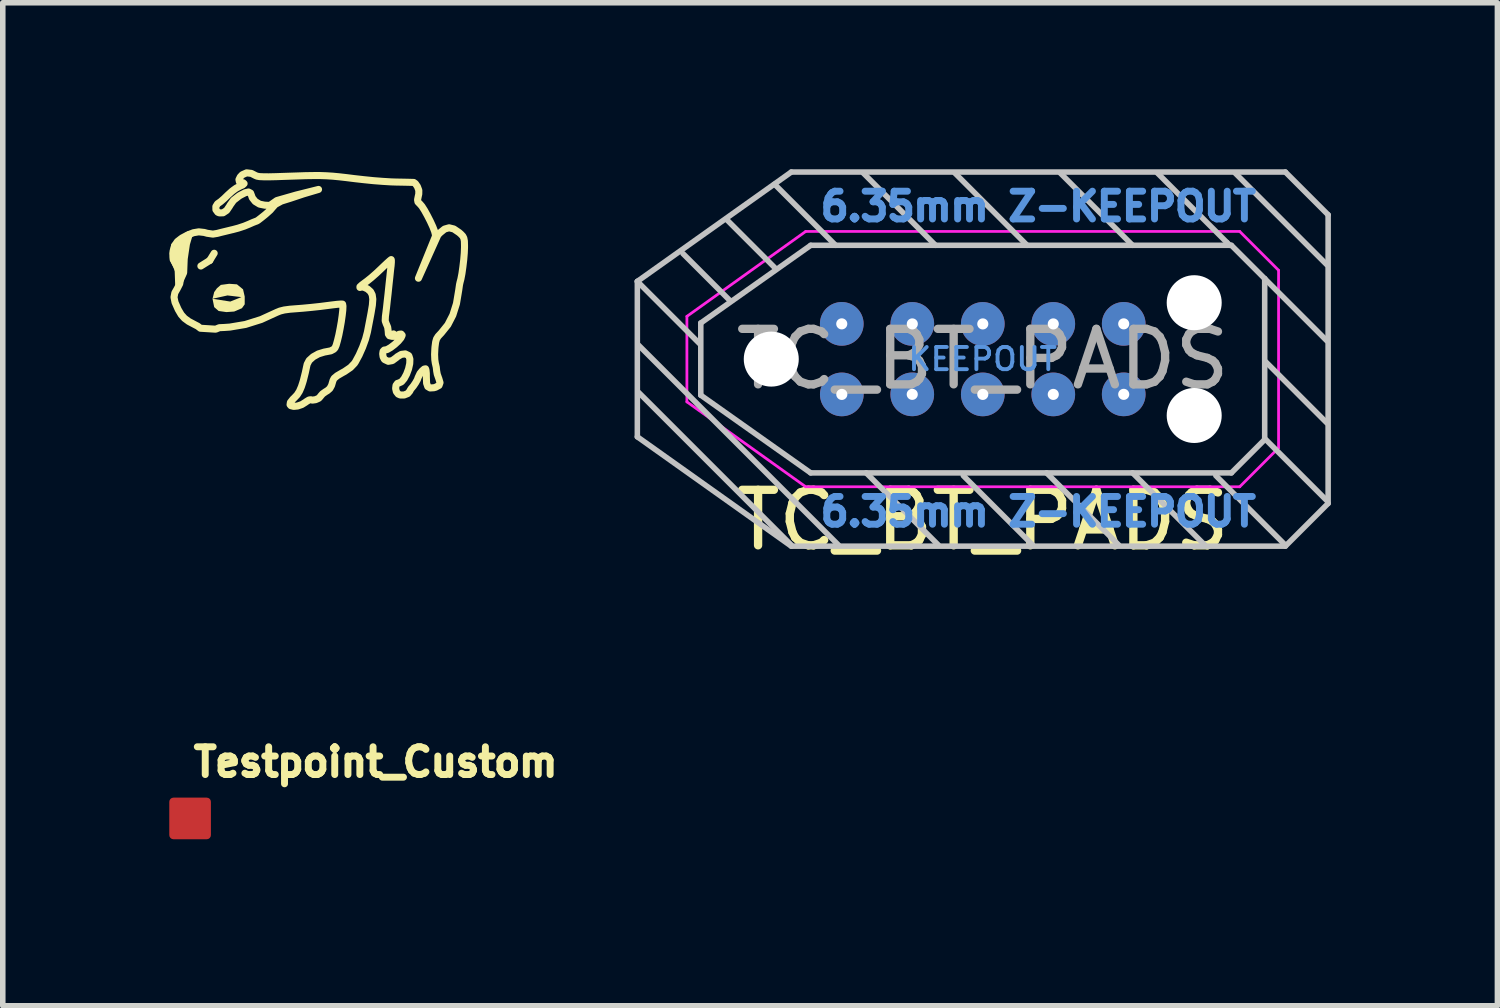
<source format=kicad_pcb>
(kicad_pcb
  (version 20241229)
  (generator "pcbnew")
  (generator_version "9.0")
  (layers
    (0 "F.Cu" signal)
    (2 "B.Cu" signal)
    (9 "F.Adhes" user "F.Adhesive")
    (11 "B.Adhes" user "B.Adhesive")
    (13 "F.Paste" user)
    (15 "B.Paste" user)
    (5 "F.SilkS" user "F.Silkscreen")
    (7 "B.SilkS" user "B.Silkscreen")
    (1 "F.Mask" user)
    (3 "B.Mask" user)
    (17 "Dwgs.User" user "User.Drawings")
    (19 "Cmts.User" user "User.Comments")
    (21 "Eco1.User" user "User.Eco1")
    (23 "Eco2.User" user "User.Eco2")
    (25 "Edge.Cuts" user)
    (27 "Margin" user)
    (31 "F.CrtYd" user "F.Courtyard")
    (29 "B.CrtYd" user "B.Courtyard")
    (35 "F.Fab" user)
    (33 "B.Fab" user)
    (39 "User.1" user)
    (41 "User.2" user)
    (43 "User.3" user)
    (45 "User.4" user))
  (footprint "frog_ss"
    (layer "F.Cu")
    (at 2.426 1.811)
    (property "Reference" "frog_ss" (at 0 0 0) (layer "In1.Cu") (effects (font (size 1.524 1.524) (thickness 0.3))))
    (attr board_only exclude_from_bom)
    (fp_line (start -1.857 -0.068) (end -1.697 -0.168) (stroke (width 0.127) (type solid)) (layer "F.SilkS"))
    (fp_line (start -1.697 -0.168) (end -1.617 -0.298) (stroke (width 0.127) (type solid)) (layer "F.SilkS"))
    (fp_poly (pts (xy -2.117 -0.468) (xy -2.157 -0.198) (xy -2.167 0.052) (xy -2.257 0.252) (xy -2.267 -0.028) (xy -2.357 -0.188) (xy -2.331 -0.433) (xy -2.067 -0.638)) (stroke (width 0.127) (type solid)) (fill yes) (layer "F.SilkS"))
    (fp_poly (pts (xy -1.207 0.262) (xy -1.097 0.352) (xy -1.067 0.482) (xy -1.067 0.622) (xy -1.117 0.692) (xy -1.257 0.752) (xy -1.397 0.762) (xy -1.537 0.742) (xy -1.617 0.672) (xy -1.647 0.522) (xy -1.327 0.572) (xy -1.127 0.492) (xy -1.377 0.462) (xy -1.647 0.522) (xy -1.617 0.402) (xy -1.567 0.332) (xy -1.497 0.272) (xy -1.347 0.252)) (stroke (width 0) (type solid)) (fill yes) (layer "F.SilkS"))
    (fp_poly (pts (xy -0.947 -1.737) (xy -0.871 -1.698) (xy -0.844 -1.687) (xy -0.8 -1.679) (xy -0.732 -1.676) (xy -0.635 -1.675) (xy -0.502 -1.678) (xy -0.357 -1.683) (xy -0.144 -1.69) (xy 0.029 -1.696) (xy 0.173 -1.698) (xy 0.296 -1.698) (xy 0.408 -1.694) (xy 0.517 -1.687) (xy 0.633 -1.676) (xy 0.765 -1.661) (xy 0.909 -1.643) (xy 1.078 -1.624) (xy 1.254 -1.606) (xy 1.423 -1.593) (xy 1.57 -1.584) (xy 1.662 -1.581) (xy 1.776 -1.579) (xy 1.874 -1.577) (xy 1.945 -1.575) (xy 1.978 -1.574) (xy 2.008 -1.553) (xy 2.042 -1.504) (xy 2.046 -1.496) (xy 2.07 -1.432) (xy 2.069 -1.365) (xy 2.06 -1.325) (xy 2.047 -1.261) (xy 2.054 -1.223) (xy 2.084 -1.191) (xy 2.09 -1.186) (xy 2.126 -1.144) (xy 2.173 -1.07) (xy 2.225 -0.976) (xy 2.277 -0.874) (xy 2.322 -0.776) (xy 2.354 -0.693) (xy 2.368 -0.638) (xy 2.368 -0.635) (xy 2.37 -0.605) (xy 2.063 0.152) (xy 2.414 -0.628) (xy 2.453 -0.668) (xy 2.534 -0.734) (xy 2.615 -0.757) (xy 2.7 -0.736) (xy 2.796 -0.671) (xy 2.828 -0.643) (xy 2.862 -0.607) (xy 2.881 -0.57) (xy 2.891 -0.517) (xy 2.893 -0.434) (xy 2.893 -0.401) (xy 2.889 -0.302) (xy 2.879 -0.182) (xy 2.864 -0.054) (xy 2.847 0.067) (xy 2.828 0.166) (xy 2.813 0.223) (xy 2.803 0.268) (xy 2.793 0.338) (xy 2.789 0.366) (xy 2.748 0.61) (xy 2.683 0.816) (xy 2.593 0.991) (xy 2.474 1.139) (xy 2.466 1.147) (xy 2.418 1.199) (xy 2.389 1.245) (xy 2.373 1.302) (xy 2.362 1.385) (xy 2.359 1.419) (xy 2.354 1.525) (xy 2.358 1.621) (xy 2.367 1.681) (xy 2.384 1.755) (xy 2.391 1.819) (xy 2.391 1.821) (xy 2.402 1.881) (xy 2.427 1.952) (xy 2.43 1.959) (xy 2.452 2.033) (xy 2.434 2.083) (xy 2.373 2.116) (xy 2.341 2.125) (xy 2.273 2.129) (xy 2.231 2.104) (xy 2.21 2.044) (xy 2.206 1.944) (xy 2.205 1.865) (xy 2.199 1.806) (xy 2.191 1.784) (xy 2.167 1.789) (xy 2.13 1.821) (xy 2.092 1.867) (xy 2.057 1.941) (xy 2.044 1.978) (xy 2.013 2.034) (xy 1.974 2.092) (xy 1.94 2.133) (xy 1.936 2.136) (xy 1.916 2.167) (xy 1.907 2.187) (xy 1.869 2.231) (xy 1.805 2.256) (xy 1.737 2.256) (xy 1.7 2.24) (xy 1.665 2.196) (xy 1.655 2.151) (xy 1.652 2.138) (xy 1.659 2.083) (xy 1.685 2.047) (xy 1.708 2.04) (xy 1.758 2.018) (xy 1.806 1.961) (xy 1.834 1.909) (xy 1.85 1.879) (xy 1.885 1.785) (xy 1.906 1.691) (xy 1.907 1.67) (xy 1.909 1.609) (xy 1.891 1.551) (xy 1.884 1.543) (xy 1.826 1.515) (xy 1.754 1.524) (xy 1.683 1.566) (xy 1.667 1.581) (xy 1.592 1.636) (xy 1.52 1.649) (xy 1.456 1.619) (xy 1.447 1.61) (xy 1.426 1.567) (xy 1.419 1.514) (xy 1.426 1.468) (xy 1.447 1.446) (xy 1.453 1.446) (xy 1.499 1.437) (xy 1.563 1.4) (xy 1.634 1.346) (xy 1.7 1.285) (xy 1.749 1.226) (xy 1.77 1.181) (xy 1.77 1.179) (xy 1.752 1.158) (xy 1.715 1.161) (xy 1.682 1.181) (xy 1.641 1.198) (xy 1.587 1.199) (xy 1.541 1.188) (xy 1.527 1.167) (xy 1.602 1.167) (xy 1.614 1.179) (xy 1.626 1.167) (xy 1.614 1.155) (xy 1.602 1.167) (xy 1.527 1.167) (xy 1.522 1.16) (xy 1.518 1.104) (xy 1.509 1.035) (xy 1.488 0.983) (xy 1.485 0.979) (xy 1.464 0.92) (xy 1.468 0.839) (xy 1.476 0.778) (xy 1.488 0.681) (xy 1.501 0.561) (xy 1.516 0.429) (xy 1.52 0.39) (xy 1.534 0.256) (xy 1.548 0.128) (xy 1.559 0.02) (xy 1.568 -0.057) (xy 1.57 -0.07) (xy 1.575 -0.136) (xy 1.575 -0.177) (xy 1.572 -0.184) (xy 1.551 -0.168) (xy 1.504 -0.126) (xy 1.439 -0.065) (xy 1.389 -0.017) (xy 1.302 0.065) (xy 1.213 0.143) (xy 1.137 0.204) (xy 1.111 0.223) (xy 1.044 0.273) (xy 1.009 0.305) (xy 1.009 0.318) (xy 1.039 0.31) (xy 1.079 0.314) (xy 1.137 0.34) (xy 1.152 0.35) (xy 1.201 0.394) (xy 1.23 0.451) (xy 1.241 0.529) (xy 1.233 0.637) (xy 1.209 0.781) (xy 1.187 0.897) (xy 1.164 1.016) (xy 1.145 1.115) (xy 1.144 1.12) (xy 1.11 1.249) (xy 1.057 1.395) (xy 0.994 1.537) (xy 0.929 1.657) (xy 0.91 1.686) (xy 0.839 1.76) (xy 0.732 1.833) (xy 0.693 1.854) (xy 0.599 1.909) (xy 0.544 1.955) (xy 0.524 1.994) (xy 0.498 2.082) (xy 0.467 2.139) (xy 0.422 2.178) (xy 0.393 2.195) (xy 0.337 2.234) (xy 0.301 2.275) (xy 0.298 2.281) (xy 0.267 2.315) (xy 0.21 2.34) (xy 0.152 2.348) (xy 0.122 2.341) (xy 0.091 2.346) (xy 0.042 2.376) (xy 0.029 2.386) (xy -0.038 2.428) (xy -0.114 2.454) (xy -0.184 2.461) (xy -0.235 2.448) (xy -0.25 2.43) (xy -0.244 2.389) (xy -0.199 2.332) (xy -0.171 2.305) (xy -0.123 2.254) (xy -0.082 2.19) (xy -0.073 2.17) (xy -0.046 2.107) (xy -0.024 2.04) (xy -0.011 1.997) (xy 0.025 1.853) (xy 0.049 1.742) (xy 0.058 1.702) (xy 0.094 1.633) (xy 0.166 1.568) (xy 0.261 1.515) (xy 0.368 1.482) (xy 0.396 1.477) (xy 0.484 1.46) (xy 0.537 1.432) (xy 0.56 1.407) (xy 0.581 1.358) (xy 0.604 1.276) (xy 0.629 1.173) (xy 0.652 1.056) (xy 0.673 0.937) (xy 0.689 0.824) (xy 0.7 0.727) (xy 0.703 0.656) (xy 0.697 0.62) (xy 0.695 0.618) (xy 0.665 0.617) (xy 0.599 0.622) (xy 0.507 0.633) (xy 0.428 0.643) (xy 0.295 0.66) (xy 0.138 0.677) (xy -0.02 0.692) (xy -0.109 0.699) (xy -0.251 0.71) (xy -0.355 0.724) (xy -0.431 0.743) (xy -0.49 0.767) (xy -0.492 0.768) (xy -0.772 0.896) (xy -1.055 0.985) (xy -1.334 1.032) (xy -1.435 1.039) (xy -1.524 1.043) (xy -1.59 1.07) (xy -1.865 1.053) (xy -1.913 1.016) (xy -1.967 0.988) (xy -2.076 0.93) (xy -2.152 0.874) (xy -2.211 0.808) (xy -2.264 0.718) (xy -2.273 0.699) (xy -2.323 0.585) (xy -2.341 0.494) (xy -2.326 0.415) (xy -2.284 0.342) (xy -2.237 0.25) (xy -2.23 0.181) (xy -2.227 0.148) (xy -2.247 0.056) (xy -2.254 0.028) (xy -2.283 -0.04) (xy -2.299 -0.078) (xy -2.34 -0.167) (xy -2.359 -0.232) (xy -2.359 -0.233) (xy -2.363 -0.293) (xy -2.36 -0.315) (xy -2.357 -0.339) (xy -2.331 -0.433) (xy -2.322 -0.447) (xy -2.303 -0.475) (xy -2.28 -0.509) (xy -2.221 -0.555) (xy -2.195 -0.574) (xy -2.103 -0.623) (xy -1.991 -0.668) (xy -1.895 -0.684) (xy -1.797 -0.673) (xy -1.743 -0.658) (xy -1.64 -0.643) (xy -1.561 -0.656) (xy -1.492 -0.674) (xy -1.397 -0.697) (xy -1.295 -0.722) (xy -1.292 -0.722) (xy -1.183 -0.751) (xy -1.074 -0.787) (xy -0.991 -0.821) (xy -0.921 -0.852) (xy -0.87 -0.872) (xy -0.852 -0.878) (xy -0.828 -0.892) (xy -0.777 -0.931) (xy -0.708 -0.986) (xy -0.683 -1.007) (xy -0.606 -1.076) (xy -0.568 -1.121) (xy -0.517 -1.178) (xy -0.407 -1.238) (xy -0.247 -1.288) (xy -0.007 -1.368) (xy 0.263 -1.448) (xy 0.063 -1.398) (xy -0.137 -1.348) (xy -0.487 -1.248) (xy -0.613 -1.16) (xy -0.698 -1.164) (xy -0.706 -1.164) (xy -0.799 -1.183) (xy -0.878 -1.231) (xy -0.931 -1.298) (xy -0.941 -1.329) (xy -0.961 -1.382) (xy -0.999 -1.402) (xy -1.059 -1.388) (xy -1.148 -1.342) (xy -1.169 -1.329) (xy -1.268 -1.252) (xy -1.333 -1.161) (xy -1.338 -1.15) (xy -1.392 -1.07) (xy -1.457 -1.027) (xy -1.524 -1.025) (xy -1.553 -1.038) (xy -1.586 -1.083) (xy -1.587 -1.14) (xy -1.557 -1.189) (xy -1.541 -1.2) (xy -1.5 -1.229) (xy -1.439 -1.282) (xy -1.372 -1.347) (xy -1.298 -1.414) (xy -1.264 -1.44) (xy -1.222 -1.47) (xy -1.168 -1.499) (xy -1.165 -1.501) (xy -1.103 -1.529) (xy -1.095 -1.537) (xy -1.078 -1.553) (xy -1.095 -1.568) (xy -1.124 -1.571) (xy -1.163 -1.586) (xy -1.171 -1.625) (xy -1.168 -1.631) (xy -1.147 -1.674) (xy -1.11 -1.713) (xy -1.033 -1.747)) (stroke (width 0.127) (type solid)) (fill no) (layer "F.SilkS")))
  (footprint "TC_BT_PADS"
    (layer "F.Cu")
    (at 14.656 3.42)
    (property "Reference" "TC_BT_PADS" (at 0 2.9 0) (layer "F.SilkS") (effects (font (size 1 1) (thickness 0.15))))
    (attr exclude_from_pos_files exclude_from_bom)
    (fp_line (start -6.223 -1.4) (end -5.1 -0.277) (stroke (width 0.1) (type solid)) (layer "Dwgs.User"))
    (fp_line (start -6.223 -1.4) (end -3.45 -3.37) (stroke (width 0.1) (type solid)) (layer "Dwgs.User"))
    (fp_line (start -6.223 1.4) (end -6.223 -1.4) (stroke (width 0.1) (type solid)) (layer "Dwgs.User"))
    (fp_line (start -6.223 1.4) (end -3.45 3.37) (stroke (width 0.1) (type solid)) (layer "Dwgs.User"))
    (fp_line (start -6.2 -0.25) (end -2.6 3.35) (stroke (width 0.1) (type solid)) (layer "Dwgs.User"))
    (fp_line (start -6.2 0.6) (end -3.45 3.35) (stroke (width 0.1) (type solid)) (layer "Dwgs.User"))
    (fp_line (start -5.4 -1.9) (end -4.55 -1.05) (stroke (width 0.1) (type solid)) (layer "Dwgs.User"))
    (fp_line (start -5.08 -0.65) (end -3.1 -2.05) (stroke (width 0.1) (type solid)) (layer "Dwgs.User"))
    (fp_line (start -5.08 0.65) (end -5.08 -0.65) (stroke (width 0.1) (type solid)) (layer "Dwgs.User"))
    (fp_line (start -4.6 -2.5) (end -3.75 -1.65) (stroke (width 0.1) (type solid)) (layer "Dwgs.User"))
    (fp_line (start -3.75 -3.15) (end -2.65 -2.05) (stroke (width 0.1) (type solid)) (layer "Dwgs.User"))
    (fp_line (start -3.45 -3.37) (end 5.453 -3.37) (stroke (width 0.1) (type solid)) (layer "Dwgs.User"))
    (fp_line (start -3.1 -2.05) (end 4.48 -2.05) (stroke (width 0.1) (type solid)) (layer "Dwgs.User"))
    (fp_line (start -3.1 2.05) (end -5.08 0.65) (stroke (width 0.1) (type solid)) (layer "Dwgs.User"))
    (fp_line (start -2.15 -3.35) (end -0.85 -2.05) (stroke (width 0.1) (type solid)) (layer "Dwgs.User"))
    (fp_line (start -2.1 2.05) (end -0.8 3.35) (stroke (width 0.1) (type solid)) (layer "Dwgs.User"))
    (fp_line (start -0.5 -3.35) (end 0.8 -2.05) (stroke (width 0.1) (type solid)) (layer "Dwgs.User"))
    (fp_line (start -0.35 2.1) (end 0.9 3.35) (stroke (width 0.1) (type solid)) (layer "Dwgs.User"))
    (fp_line (start 1.15 2.05) (end 2.45 3.35) (stroke (width 0.1) (type solid)) (layer "Dwgs.User"))
    (fp_line (start 1.4 -3.35) (end 2.7 -2.05) (stroke (width 0.1) (type solid)) (layer "Dwgs.User"))
    (fp_line (start 2.7 2.05) (end 4 3.35) (stroke (width 0.1) (type solid)) (layer "Dwgs.User"))
    (fp_line (start 3.15 -3.35) (end 4.4 -2.1) (stroke (width 0.1) (type solid)) (layer "Dwgs.User"))
    (fp_line (start 4.2 2.1) (end 5.45 3.35) (stroke (width 0.1) (type solid)) (layer "Dwgs.User"))
    (fp_line (start 4.4 -2.1) (end 4.45 -2.05) (stroke (width 0.1) (type solid)) (layer "Dwgs.User"))
    (fp_line (start 4.48 -2.05) (end 5.08 -1.45) (stroke (width 0.1) (type solid)) (layer "Dwgs.User"))
    (fp_line (start 4.48 2.05) (end -3.1 2.05) (stroke (width 0.1) (type solid)) (layer "Dwgs.User"))
    (fp_line (start 4.48 2.05) (end 5.08 1.45) (stroke (width 0.1) (type solid)) (layer "Dwgs.User"))
    (fp_line (start 4.55 -3.35) (end 6.2 -1.7) (stroke (width 0.1) (type solid)) (layer "Dwgs.User"))
    (fp_line (start 5.08 -1.45) (end 5.08 1.45) (stroke (width 0.1) (type solid)) (layer "Dwgs.User"))
    (fp_line (start 5.08 -1.45) (end 6.2 -0.33) (stroke (width 0.1) (type solid)) (layer "Dwgs.User"))
    (fp_line (start 5.1 0.05) (end 6.2 1.15) (stroke (width 0.1) (type solid)) (layer "Dwgs.User"))
    (fp_line (start 5.1 1.45) (end 6.2 2.55) (stroke (width 0.1) (type solid)) (layer "Dwgs.User"))
    (fp_line (start 5.453 -3.37) (end 6.223 -2.6) (stroke (width 0.1) (type solid)) (layer "Dwgs.User"))
    (fp_line (start 5.453 3.37) (end -3.45 3.37) (stroke (width 0.1) (type solid)) (layer "Dwgs.User"))
    (fp_line (start 5.453 3.37) (end 6.223 2.6) (stroke (width 0.1) (type solid)) (layer "Dwgs.User"))
    (fp_line (start 6.223 -2.6) (end 6.223 2.6) (stroke (width 0.1) (type solid)) (layer "Dwgs.User"))
    (fp_line (start -5.33 -0.77) (end -3.19 -2.3) (stroke (width 0.05) (type solid)) (layer "F.CrtYd"))
    (fp_line (start -5.33 0.77) (end -5.33 -0.77) (stroke (width 0.05) (type solid)) (layer "F.CrtYd"))
    (fp_line (start -3.19 -2.3) (end 4.63 -2.3) (stroke (width 0.05) (type solid)) (layer "F.CrtYd"))
    (fp_line (start -3.19 2.3) (end -5.33 0.77) (stroke (width 0.05) (type solid)) (layer "F.CrtYd"))
    (fp_line (start 4.63 -2.3) (end 5.33 -1.6) (stroke (width 0.05) (type solid)) (layer "F.CrtYd"))
    (fp_line (start 4.63 2.3) (end -3.19 2.3) (stroke (width 0.05) (type solid)) (layer "F.CrtYd"))
    (fp_line (start 4.63 2.3) (end 5.33 1.6) (stroke (width 0.05) (type solid)) (layer "F.CrtYd"))
    (fp_line (start 5.33 -1.6) (end 5.33 1.6) (stroke (width 0.05) (type solid)) (layer "F.CrtYd"))
    (fp_text user "KEEPOUT" (at 0 0 0) (layer "Cmts.User") (effects (font (size 0.4 0.4) (thickness 0.07))))
    (fp_text user "6.35mm Z-KEEPOUT" (at 1 -2.75 0) (layer "Cmts.User") (effects (font (size 0.5 0.5) (thickness 0.125))))
    (fp_text user "6.35mm Z-KEEPOUT" (at 1 2.75 0) (layer "Cmts.User") (effects (font (size 0.5 0.5) (thickness 0.125))))
    (fp_text user "${REFERENCE}" (at 0 0 0) (layer "F.Fab") (effects (font (size 1 1) (thickness 0.15))))
    (pad "" np_thru_hole circle (at -3.81 0) (size 0.991 0.991) (drill 0.991) (layers "*.Cu" "*.Mask"))
    (pad "" np_thru_hole circle (at 3.81 -1.016) (size 0.991 0.991) (drill 0.991) (layers "*.Cu" "*.Mask"))
    (pad "" np_thru_hole circle (at 3.81 1.016) (size 0.991 0.991) (drill 0.991) (layers "*.Cu" "*.Mask"))
    (pad "1" thru_hole circle (at -2.539 0.636) (size 0.787 0.787) (drill 0.2) (property pad_prop_testpoint) (layers "*.Cu" "*.Mask"))
    (pad "2" thru_hole circle (at -1.27 0.635) (size 0.787 0.787) (drill 0.2) (property pad_prop_testpoint) (layers "*.Cu" "*.Mask"))
    (pad "3" thru_hole circle (at 0.001 0.636) (size 0.787 0.787) (drill 0.2) (property pad_prop_testpoint) (layers "*.Cu" "*.Mask"))
    (pad "4" thru_hole circle (at 1.271 0.636) (size 0.787 0.787) (drill 0.2) (property pad_prop_testpoint) (layers "*.Cu" "*.Mask"))
    (pad "5" thru_hole circle (at 2.54 0.635) (size 0.787 0.787) (drill 0.2) (property pad_prop_testpoint) (layers "*.Cu" "*.Mask"))
    (pad "6" thru_hole circle (at 2.54 -0.635) (size 0.787 0.787) (drill 0.2) (property pad_prop_testpoint) (layers "*.Cu" "*.Mask"))
    (pad "7" thru_hole circle (at 1.271 -0.634) (size 0.787 0.787) (drill 0.2) (property pad_prop_testpoint) (layers "*.Cu" "*.Mask"))
    (pad "8" thru_hole circle (at 0.001 -0.634) (size 0.787 0.787) (drill 0.2) (property pad_prop_testpoint) (layers "*.Cu" "*.Mask"))
    (pad "9" thru_hole circle (at -1.269 -0.634) (size 0.787 0.787) (drill 0.2) (property pad_prop_testpoint) (layers "*.Cu" "*.Mask"))
    (pad "10" thru_hole circle (at -2.54 -0.635) (size 0.787 0.787) (drill 0.2) (property pad_prop_testpoint) (layers "*.Cu" "*.Mask"))
    (zone (net_name "") (layers "F.Cu" "B.Cu") (hatch full 0.508) (connect_pads) (min_thickness 0.254) (filled_areas_thickness no) (keepout (tracks allowed) (vias not_allowed) (pads allowed) (copperpour not_allowed) (footprints not_allowed)) (placement (enabled no)) (fill) (polygon (pts (xy 12.116 4.055) (xy 17.196 4.055) (xy 17.196 2.785) (xy 12.116 2.785)))))
  (footprint "Testpoint_Custom"
    (layer "F.Cu")
    (at 0.375 11.696)
    (property "Reference" "Testpoint_Custom" (at 0 -1.016 0) (unlocked yes) (layer "F.SilkS") (effects (font (size 0.5 0.5) (thickness 0.125)) (justify left)))
    (property "Value" "${VALUE}" (at 0 -1.016 0) (unlocked yes) (layer "F.SilkS") (hide yes) (effects (font (size 0.5 0.5) (thickness 0.125))))
    (attr smd)
    (pad "1" smd roundrect (at 0 0) (size 0.75 0.75) (property pad_prop_testpoint) (layers "F.Cu" "F.Mask") (roundrect_rratio 0.1)))
  (gr_rect
    (start -3 -3)
    (end 23.929 15.071)
    (stroke (width 0.1) (type default))
    (fill no)
    (layer "Edge.Cuts")))
</source>
